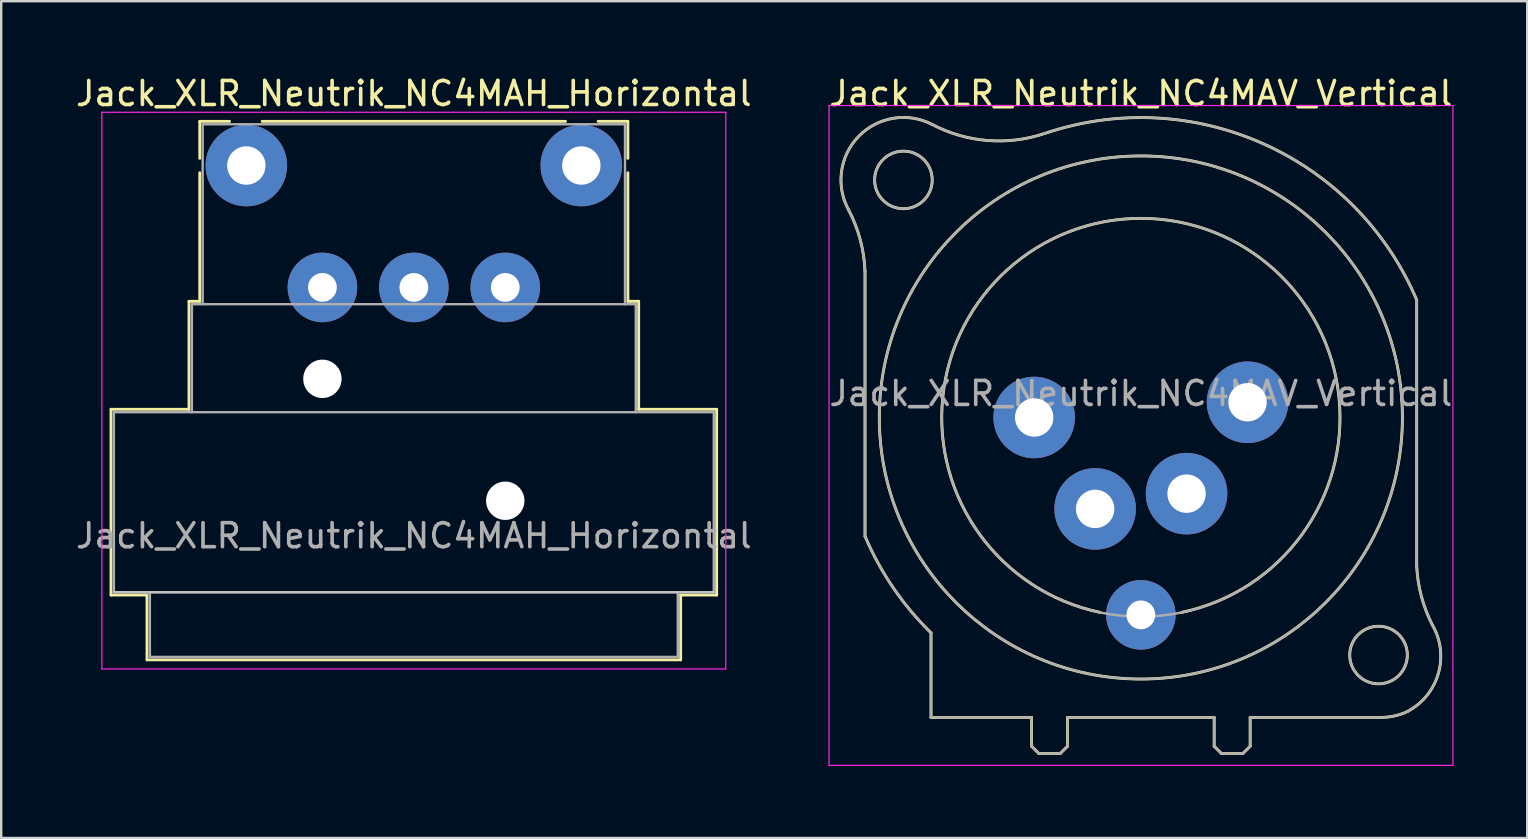
<source format=kicad_pcb>
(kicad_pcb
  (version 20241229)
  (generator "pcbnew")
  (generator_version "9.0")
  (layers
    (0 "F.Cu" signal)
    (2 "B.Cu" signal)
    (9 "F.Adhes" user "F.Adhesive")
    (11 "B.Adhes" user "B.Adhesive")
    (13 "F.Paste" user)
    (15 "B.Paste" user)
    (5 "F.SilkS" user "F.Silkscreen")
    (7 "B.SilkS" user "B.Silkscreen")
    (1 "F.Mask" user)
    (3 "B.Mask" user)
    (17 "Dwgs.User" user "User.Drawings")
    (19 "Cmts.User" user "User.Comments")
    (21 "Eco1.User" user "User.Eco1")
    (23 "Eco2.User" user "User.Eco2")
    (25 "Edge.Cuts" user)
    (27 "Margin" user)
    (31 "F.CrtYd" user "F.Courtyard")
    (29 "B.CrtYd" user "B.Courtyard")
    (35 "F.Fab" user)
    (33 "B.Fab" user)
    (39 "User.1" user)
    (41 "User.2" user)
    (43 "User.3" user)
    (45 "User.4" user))
  (footprint "Jack_XLR_Neutrik_NC4MAH_Horizontal"
    (layer "F.Cu")
    (at 7.216 3.848)
    (property "Reference" "Jack_XLR_Neutrik_NC4MAH_Horizontal" (at 6.98 -3 0) (layer "F.SilkS") (effects (font (size 1 1) (thickness 0.15))))
    (attr through_hole)
    (fp_line (start -5.64 10.16) (end -2.39 10.16) (stroke (width 0.12) (type solid)) (layer "F.SilkS"))
    (fp_line (start -5.64 17.9) (end -5.64 10.16) (stroke (width 0.12) (type solid)) (layer "F.SilkS"))
    (fp_line (start -4.14 17.9) (end -5.64 17.9) (stroke (width 0.12) (type solid)) (layer "F.SilkS"))
    (fp_line (start -4.14 17.9) (end -4.14 20.6) (stroke (width 0.12) (type solid)) (layer "F.SilkS"))
    (fp_line (start -2.39 10.16) (end -2.39 5.66) (stroke (width 0.12) (type solid)) (layer "F.SilkS"))
    (fp_line (start -1.94 -1.84) (end -1.94 -0.3) (stroke (width 0.12) (type solid)) (layer "F.SilkS"))
    (fp_line (start -1.94 -1.84) (end -0.7 -1.84) (stroke (width 0.12) (type solid)) (layer "F.SilkS"))
    (fp_line (start -1.94 5.66) (end -2.39 5.66) (stroke (width 0.12) (type solid)) (layer "F.SilkS"))
    (fp_line (start -1.94 5.66) (end -1.94 0.3) (stroke (width 0.12) (type solid)) (layer "F.SilkS"))
    (fp_line (start 13.3 -1.84) (end 0.66 -1.84) (stroke (width 0.12) (type solid)) (layer "F.SilkS"))
    (fp_line (start 15.9 -1.84) (end 14.66 -1.84) (stroke (width 0.12) (type solid)) (layer "F.SilkS"))
    (fp_line (start 15.9 -1.84) (end 15.9 -0.3) (stroke (width 0.12) (type solid)) (layer "F.SilkS"))
    (fp_line (start 15.9 5.66) (end 15.9 0.3) (stroke (width 0.12) (type solid)) (layer "F.SilkS"))
    (fp_line (start 15.9 5.66) (end 16.35 5.66) (stroke (width 0.12) (type solid)) (layer "F.SilkS"))
    (fp_line (start 16.35 10.16) (end 16.35 5.66) (stroke (width 0.12) (type solid)) (layer "F.SilkS"))
    (fp_line (start 16.35 10.16) (end 19.6 10.16) (stroke (width 0.12) (type solid)) (layer "F.SilkS"))
    (fp_line (start 18.1 17.9) (end 18.1 20.6) (stroke (width 0.12) (type solid)) (layer "F.SilkS"))
    (fp_line (start 18.1 20.6) (end -4.14 20.6) (stroke (width 0.12) (type solid)) (layer "F.SilkS"))
    (fp_line (start 19.6 17.9) (end 18.1 17.9) (stroke (width 0.12) (type solid)) (layer "F.SilkS"))
    (fp_line (start 19.6 17.9) (end 19.6 10.16) (stroke (width 0.12) (type solid)) (layer "F.SilkS"))
    (fp_line (start 19.48 17.78) (end -5.52 17.78) (stroke (width 0.1) (type solid)) (layer "Dwgs.User"))
    (fp_line (start -6.02 20.98) (end -6.02 -2.22) (stroke (width 0.05) (type solid)) (layer "F.CrtYd"))
    (fp_line (start 19.98 -2.22) (end -6.02 -2.22) (stroke (width 0.05) (type solid)) (layer "F.CrtYd"))
    (fp_line (start 19.98 20.98) (end -6.02 20.98) (stroke (width 0.05) (type solid)) (layer "F.CrtYd"))
    (fp_line (start 19.98 20.98) (end 19.98 -2.22) (stroke (width 0.05) (type solid)) (layer "F.CrtYd"))
    (fp_line (start -5.52 10.28) (end 19.48 10.28) (stroke (width 0.1) (type solid)) (layer "F.Fab"))
    (fp_line (start -5.52 17.78) (end -5.52 10.28) (stroke (width 0.1) (type solid)) (layer "F.Fab"))
    (fp_line (start -4.02 20.48) (end -4.02 17.78) (stroke (width 0.1) (type solid)) (layer "F.Fab"))
    (fp_line (start -2.27 5.78) (end -2.27 10.28) (stroke (width 0.1) (type solid)) (layer "F.Fab"))
    (fp_line (start -2.27 5.78) (end 16.23 5.78) (stroke (width 0.1) (type solid)) (layer "F.Fab"))
    (fp_line (start -1.82 5.78) (end -1.82 -1.72) (stroke (width 0.1) (type solid)) (layer "F.Fab"))
    (fp_line (start 15.78 -1.72) (end -1.82 -1.72) (stroke (width 0.1) (type solid)) (layer "F.Fab"))
    (fp_line (start 15.78 5.78) (end 15.78 -1.72) (stroke (width 0.1) (type solid)) (layer "F.Fab"))
    (fp_line (start 16.23 10.28) (end 16.23 5.78) (stroke (width 0.1) (type solid)) (layer "F.Fab"))
    (fp_line (start 17.98 17.78) (end 17.98 20.48) (stroke (width 0.1) (type solid)) (layer "F.Fab"))
    (fp_line (start 17.98 20.48) (end -4.02 20.48) (stroke (width 0.1) (type solid)) (layer "F.Fab"))
    (fp_line (start 19.48 10.28) (end 19.48 17.78) (stroke (width 0.1) (type solid)) (layer "F.Fab"))
    (fp_line (start 19.48 17.78) (end -5.52 17.78) (stroke (width 0.1) (type solid)) (layer "F.Fab"))
    (fp_text user "${REFERENCE}" (at 6.98 15.43 0) (layer "F.Fab") (effects (font (size 1 1) (thickness 0.15))))
    (pad "" np_thru_hole circle (at 3.17 8.89) (size 1.6 1.6) (drill 1.6) (layers "*.Cu" "*.Mask"))
    (pad "" np_thru_hole circle (at 10.79 13.97) (size 1.6 1.6) (drill 1.6) (layers "*.Cu" "*.Mask"))
    (pad "1" thru_hole circle (at 0 0) (size 3.4 3.4) (drill 1.6) (layers "*.Cu" "*.Mask"))
    (pad "2" thru_hole circle (at 3.17 5.08) (size 2.9 2.9) (drill 1.2) (layers "*.Cu" "*.Mask"))
    (pad "3" thru_hole circle (at 10.79 5.08) (size 2.9 2.9) (drill 1.2) (layers "*.Cu" "*.Mask"))
    (pad "4" thru_hole circle (at 13.96 0) (size 3.4 3.4) (drill 1.6) (layers "*.Cu" "*.Mask"))
    (pad "G" thru_hole circle (at 6.98 5.08) (size 2.9 2.9) (drill 1.2) (layers "*.Cu" "*.Mask")))
  (footprint "Jack_XLR_Neutrik_NC4MAV_Vertical"
    (layer "F.Cu")
    (at 40.049 14.348)
    (property "Reference" "Jack_XLR_Neutrik_NC4MAV_Vertical" (at 4.445 -13.5 0) (layer "F.SilkS") (effects (font (size 1 1) (thickness 0.15))))
    (attr through_hole)
    (fp_line (start -7.05 -6.08) (end -7.05 4.95) (stroke (width 0.12) (type solid)) (layer "F.SilkS"))
    (fp_line (start -4.3 12.5) (end -4.3 8.98) (stroke (width 0.12) (type solid)) (layer "F.SilkS"))
    (fp_line (start -0.11 12.5) (end -4.3 12.5) (stroke (width 0.12) (type solid)) (layer "F.SilkS"))
    (fp_line (start -0.11 12.5) (end -0.11 13.7) (stroke (width 0.12) (type solid)) (layer "F.SilkS"))
    (fp_line (start -0.11 13.7) (end 0.19 14) (stroke (width 0.12) (type solid)) (layer "F.SilkS"))
    (fp_line (start 1.09 14) (end 0.19 14) (stroke (width 0.12) (type solid)) (layer "F.SilkS"))
    (fp_line (start 1.39 12.5) (end 1.39 13.7) (stroke (width 0.12) (type solid)) (layer "F.SilkS"))
    (fp_line (start 1.39 13.7) (end 1.09 14) (stroke (width 0.12) (type solid)) (layer "F.SilkS"))
    (fp_line (start 7.5 12.5) (end 1.39 12.5) (stroke (width 0.12) (type solid)) (layer "F.SilkS"))
    (fp_line (start 7.5 12.5) (end 7.5 13.7) (stroke (width 0.12) (type solid)) (layer "F.SilkS"))
    (fp_line (start 7.5 13.7) (end 7.8 14) (stroke (width 0.12) (type solid)) (layer "F.SilkS"))
    (fp_line (start 7.8 14) (end 8.7 14) (stroke (width 0.12) (type solid)) (layer "F.SilkS"))
    (fp_line (start 9 12.5) (end 9 13.7) (stroke (width 0.12) (type solid)) (layer "F.SilkS"))
    (fp_line (start 9 13.7) (end 8.7 14) (stroke (width 0.12) (type solid)) (layer "F.SilkS"))
    (fp_line (start 14.45 12.5) (end 9 12.5) (stroke (width 0.12) (type solid)) (layer "F.SilkS"))
    (fp_line (start 15.94 6.18) (end 15.94 -4.9) (stroke (width 0.12) (type solid)) (layer "F.SilkS"))
    (fp_arc (start -7.729201 -8.641635) (mid -7.2465 -7.39876) (end -7.05 -6.08) (stroke (width 0.12) (type solid)) (layer "F.SilkS"))
    (fp_arc (start -7.725637 -8.636048) (mid -7.316154 -11.714819) (end -4.25 -12.21) (stroke (width 0.12) (type solid)) (layer "F.SilkS"))
    (fp_arc (start -4.299846 8.975956) (mid -5.873184 7.098411) (end -7.05 4.95) (stroke (width 0.12) (type solid)) (layer "F.SilkS"))
    (fp_arc (start 0.433843 -11.835383) (mid -1.946442 -11.543029) (end -4.25 -12.21) (stroke (width 0.12) (type solid)) (layer "F.SilkS"))
    (fp_arc (start 0.441327 -11.837045) (mid 9.549963 -11.405454) (end 15.94 -4.9) (stroke (width 0.12) (type solid)) (layer "F.SilkS"))
    (fp_arc (start 2.735 8.12) (mid 4.451114 -8.2981) (end 6.143033 8.122511) (stroke (width 0.12) (type solid)) (layer "F.SilkS"))
    (fp_arc (start 15.558668 12.251777) (mid 15.018058 12.437185) (end 14.45 12.5) (stroke (width 0.12) (type solid)) (layer "F.SilkS"))
    (fp_arc (start 16.596979 8.653179) (mid 16.135244 7.451985) (end 15.94 6.18) (stroke (width 0.12) (type solid)) (layer "F.SilkS"))
    (fp_arc (start 16.598286 8.654414) (mid 16.841335 10.672303) (end 15.56 12.25) (stroke (width 0.12) (type solid)) (layer "F.SilkS"))
    (fp_circle (center -5.45 -9.9) (end -4.25 -9.9) (stroke (width 0.12) (type solid)) (fill no) (layer "F.SilkS"))
    (fp_circle (center 4.445 0) (end 15.345 0) (stroke (width 0.12) (type solid)) (fill no) (layer "F.SilkS"))
    (fp_circle (center 14.35 9.9) (end 15.55 9.9) (stroke (width 0.12) (type solid)) (fill no) (layer "F.SilkS"))
    (fp_line (start -8.55 -13) (end 17.45 -13) (stroke (width 0.05) (type solid)) (layer "F.CrtYd"))
    (fp_line (start -8.55 14.5) (end -8.55 -13) (stroke (width 0.05) (type solid)) (layer "F.CrtYd"))
    (fp_line (start 17.45 -13) (end 17.45 14.5) (stroke (width 0.05) (type solid)) (layer "F.CrtYd"))
    (fp_line (start 17.45 14.5) (end -8.55 14.5) (stroke (width 0.05) (type solid)) (layer "F.CrtYd"))
    (fp_line (start -7.05 -6.08) (end -7.05 4.95) (stroke (width 0.1) (type solid)) (layer "F.Fab"))
    (fp_line (start -4.3 12.5) (end -4.3 8.98) (stroke (width 0.1) (type solid)) (layer "F.Fab"))
    (fp_line (start -0.11 12.5) (end -4.3 12.5) (stroke (width 0.1) (type solid)) (layer "F.Fab"))
    (fp_line (start -0.11 12.5) (end -0.11 13.7) (stroke (width 0.1) (type solid)) (layer "F.Fab"))
    (fp_line (start -0.11 13.7) (end 0.19 14) (stroke (width 0.1) (type solid)) (layer "F.Fab"))
    (fp_line (start 1.09 14) (end 0.19 14) (stroke (width 0.1) (type solid)) (layer "F.Fab"))
    (fp_line (start 1.39 12.5) (end 1.39 13.7) (stroke (width 0.1) (type solid)) (layer "F.Fab"))
    (fp_line (start 1.39 13.7) (end 1.09 14) (stroke (width 0.1) (type solid)) (layer "F.Fab"))
    (fp_line (start 7.5 12.5) (end 1.39 12.5) (stroke (width 0.1) (type solid)) (layer "F.Fab"))
    (fp_line (start 7.5 12.5) (end 7.5 13.7) (stroke (width 0.1) (type solid)) (layer "F.Fab"))
    (fp_line (start 7.5 13.7) (end 7.8 14) (stroke (width 0.1) (type solid)) (layer "F.Fab"))
    (fp_line (start 7.8 14) (end 8.7 14) (stroke (width 0.1) (type solid)) (layer "F.Fab"))
    (fp_line (start 9 12.5) (end 9 13.7) (stroke (width 0.1) (type solid)) (layer "F.Fab"))
    (fp_line (start 9 13.7) (end 8.7 14) (stroke (width 0.1) (type solid)) (layer "F.Fab"))
    (fp_line (start 14.45 12.5) (end 9 12.5) (stroke (width 0.1) (type solid)) (layer "F.Fab"))
    (fp_line (start 15.94 6.18) (end 15.94 -4.9) (stroke (width 0.1) (type solid)) (layer "F.Fab"))
    (fp_arc (start -7.729201 -8.641635) (mid -7.2465 -7.39876) (end -7.05 -6.08) (stroke (width 0.1) (type solid)) (layer "F.Fab"))
    (fp_arc (start -7.725637 -8.636048) (mid -7.316154 -11.714819) (end -4.25 -12.21) (stroke (width 0.1) (type solid)) (layer "F.Fab"))
    (fp_arc (start -4.299846 8.975956) (mid -5.873184 7.098411) (end -7.05 4.95) (stroke (width 0.1) (type solid)) (layer "F.Fab"))
    (fp_arc (start 0.433843 -11.835383) (mid -1.946442 -11.543029) (end -4.25 -12.21) (stroke (width 0.1) (type solid)) (layer "F.Fab"))
    (fp_arc (start 0.441327 -11.837045) (mid 9.549963 -11.405454) (end 15.94 -4.9) (stroke (width 0.1) (type solid)) (layer "F.Fab"))
    (fp_arc (start 15.558668 12.251777) (mid 15.018058 12.437185) (end 14.45 12.5) (stroke (width 0.1) (type solid)) (layer "F.Fab"))
    (fp_arc (start 16.596979 8.653179) (mid 16.135244 7.451985) (end 15.94 6.18) (stroke (width 0.1) (type solid)) (layer "F.Fab"))
    (fp_arc (start 16.598286 8.654414) (mid 16.841335 10.672303) (end 15.56 12.25) (stroke (width 0.1) (type solid)) (layer "F.Fab"))
    (fp_circle (center -5.45 -9.9) (end -4.25 -9.9) (stroke (width 0.1) (type solid)) (fill no) (layer "F.Fab"))
    (fp_circle (center 4.445 0) (end 12.745 0) (stroke (width 0.1) (type solid)) (fill no) (layer "F.Fab"))
    (fp_circle (center 4.445 0) (end 15.345 0) (stroke (width 0.1) (type solid)) (fill no) (layer "F.Fab"))
    (fp_circle (center 14.35 9.9) (end 15.55 9.9) (stroke (width 0.1) (type solid)) (fill no) (layer "F.Fab"))
    (fp_text user "${REFERENCE}" (at 4.445 -1 0) (layer "F.Fab") (effects (font (size 1 1) (thickness 0.15))))
    (pad "1" thru_hole circle (at 0 0) (size 3.4 3.4) (drill 1.6) (layers "*.Cu" "*.Mask"))
    (pad "2" thru_hole circle (at 2.54 3.81) (size 3.4 3.4) (drill 1.6) (layers "*.Cu" "*.Mask"))
    (pad "3" thru_hole circle (at 6.35 3.175) (size 3.4 3.4) (drill 1.6) (layers "*.Cu" "*.Mask"))
    (pad "4" thru_hole circle (at 8.89 -0.635) (size 3.4 3.4) (drill 1.6) (layers "*.Cu" "*.Mask"))
    (pad "G" thru_hole circle (at 4.445 8.225) (size 2.9 2.9) (drill 1.2) (layers "*.Cu" "*.Mask")))
  (gr_rect
    (start -3 -3)
    (end 60.595 31.873)
    (stroke (width 0.1) (type default))
    (fill no)
    (layer "Edge.Cuts")))
</source>
